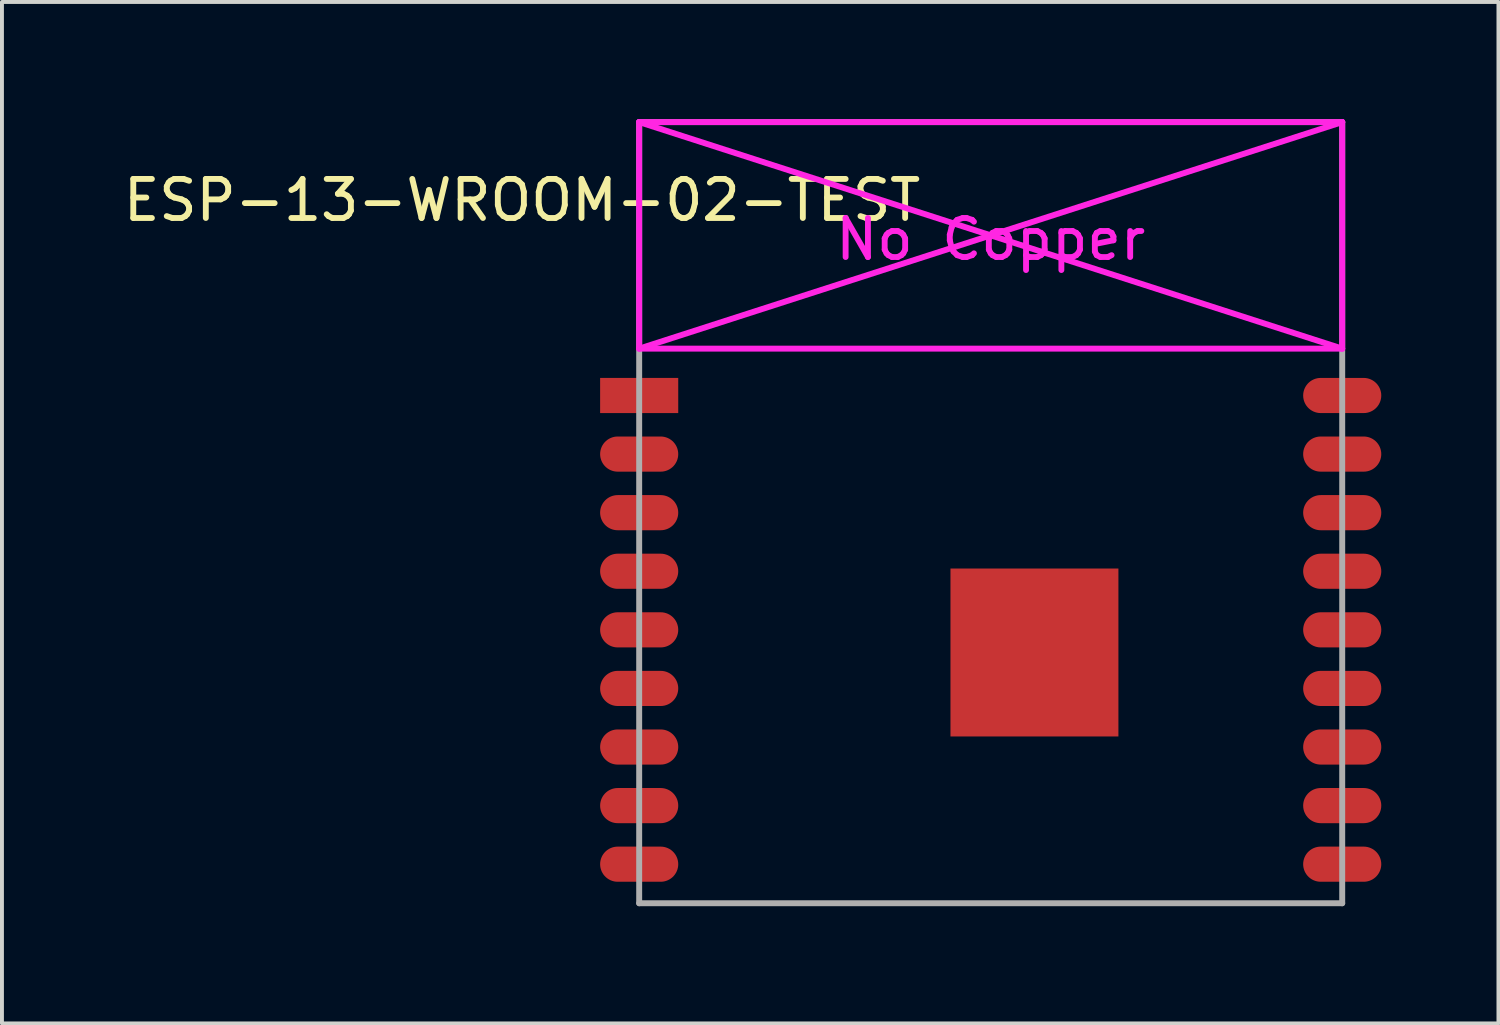
<source format=kicad_pcb>
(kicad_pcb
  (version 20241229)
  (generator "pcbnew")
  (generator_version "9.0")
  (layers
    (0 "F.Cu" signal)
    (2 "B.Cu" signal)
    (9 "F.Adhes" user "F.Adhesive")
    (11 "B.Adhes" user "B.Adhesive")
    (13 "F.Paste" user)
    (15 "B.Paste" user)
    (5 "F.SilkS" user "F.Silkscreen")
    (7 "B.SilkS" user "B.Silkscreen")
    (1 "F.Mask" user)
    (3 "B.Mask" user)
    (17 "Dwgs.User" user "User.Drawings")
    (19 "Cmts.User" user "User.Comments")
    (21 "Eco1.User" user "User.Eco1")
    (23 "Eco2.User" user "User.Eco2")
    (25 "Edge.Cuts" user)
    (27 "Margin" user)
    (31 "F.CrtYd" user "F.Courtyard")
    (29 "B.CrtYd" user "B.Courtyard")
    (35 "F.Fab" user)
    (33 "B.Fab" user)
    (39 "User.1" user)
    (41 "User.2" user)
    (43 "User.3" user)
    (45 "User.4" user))
  (footprint "ESP-13-WROOM-02-TEST"
    (layer "F.Cu")
    (at 22.327 2.982)
    (property "Reference" "ESP-13-WROOM-02-TEST" (at -12.012 -0.906 0) (layer "F.SilkS") (effects (font (size 1 1) (thickness 0.15))))
    (attr through_hole)
    (fp_line (start -9.012 -2.906) (end -9.012 2.894) (stroke (width 0.152) (type solid)) (layer "F.CrtYd"))
    (fp_line (start -9.012 -2.906) (end 8.988 2.894) (stroke (width 0.152) (type solid)) (layer "F.CrtYd"))
    (fp_line (start -9.012 2.894) (end 8.988 2.894) (stroke (width 0.152) (type solid)) (layer "F.CrtYd"))
    (fp_line (start 8.988 -2.906) (end -9.012 -2.906) (stroke (width 0.152) (type solid)) (layer "F.CrtYd"))
    (fp_line (start 8.988 -2.906) (end -9.012 2.894) (stroke (width 0.152) (type solid)) (layer "F.CrtYd"))
    (fp_line (start 8.988 2.894) (end 8.988 -2.906) (stroke (width 0.152) (type solid)) (layer "F.CrtYd"))
    (fp_line (start -9.012 -2.906) (end 8.988 -2.906) (stroke (width 0.152) (type solid)) (layer "F.Fab"))
    (fp_line (start -9.012 17.094) (end -9.012 -2.906) (stroke (width 0.152) (type solid)) (layer "F.Fab"))
    (fp_line (start -9.012 17.094) (end 8.988 17.094) (stroke (width 0.152) (type solid)) (layer "F.Fab"))
    (fp_line (start 8.988 -2.906) (end 8.988 17.094) (stroke (width 0.152) (type solid)) (layer "F.Fab"))
    (fp_text user "No Copper" (at -0.012 0.094 0) (layer "F.CrtYd") (effects (font (size 1 1) (thickness 0.15))))
    (pad "1" smd rect (at -9.012 4.094) (size 2 0.9) (layers "F.Cu" "F.Mask" "F.Paste"))
    (pad "2" smd oval (at -9.012 5.594) (size 2 0.9) (layers "F.Cu" "F.Mask" "F.Paste"))
    (pad "3" smd oval (at -9.012 7.094) (size 2 0.9) (layers "F.Cu" "F.Mask" "F.Paste"))
    (pad "4" smd oval (at -9.012 8.594) (size 2 0.9) (layers "F.Cu" "F.Mask" "F.Paste"))
    (pad "5" smd oval (at -9.012 10.094) (size 2 0.9) (layers "F.Cu" "F.Mask" "F.Paste"))
    (pad "6" smd oval (at -9.012 11.594) (size 2 0.9) (layers "F.Cu" "F.Mask" "F.Paste"))
    (pad "7" smd oval (at -9.012 13.094) (size 2 0.9) (layers "F.Cu" "F.Mask" "F.Paste"))
    (pad "8" smd oval (at -9.012 14.594) (size 2 0.9) (layers "F.Cu" "F.Mask" "F.Paste"))
    (pad "9" smd oval (at -9.012 16.094) (size 2 0.9) (layers "F.Cu" "F.Mask" "F.Paste"))
    (pad "10" smd oval (at 8.988 16.094) (size 2 0.9) (layers "F.Cu" "F.Mask" "F.Paste"))
    (pad "11" smd oval (at 8.988 14.594) (size 2 0.9) (layers "F.Cu" "F.Mask" "F.Paste"))
    (pad "12" smd oval (at 8.988 13.094) (size 2 0.9) (layers "F.Cu" "F.Mask" "F.Paste"))
    (pad "13" smd oval (at 8.988 11.594) (size 2 0.9) (layers "F.Cu" "F.Mask" "F.Paste"))
    (pad "14" smd oval (at 8.988 10.094) (size 2 0.9) (layers "F.Cu" "F.Mask" "F.Paste"))
    (pad "15" smd oval (at 8.988 8.594) (size 2 0.9) (layers "F.Cu" "F.Mask" "F.Paste"))
    (pad "16" smd oval (at 8.988 7.094) (size 2 0.9) (layers "F.Cu" "F.Mask" "F.Paste"))
    (pad "17" smd oval (at 8.988 5.594) (size 2 0.9) (layers "F.Cu" "F.Mask" "F.Paste"))
    (pad "18" smd oval (at 8.988 4.094) (size 2 0.9) (layers "F.Cu" "F.Mask" "F.Paste"))
    (pad "PAD" smd rect (at 1.108 10.674) (size 4.3 4.3) (layers "F.Cu" "F.Mask" "F.Paste")))
  (gr_rect
    (start -3 -3)
    (end 35.315 23.152)
    (stroke (width 0.1) (type default))
    (fill no)
    (layer "Edge.Cuts")))
</source>
